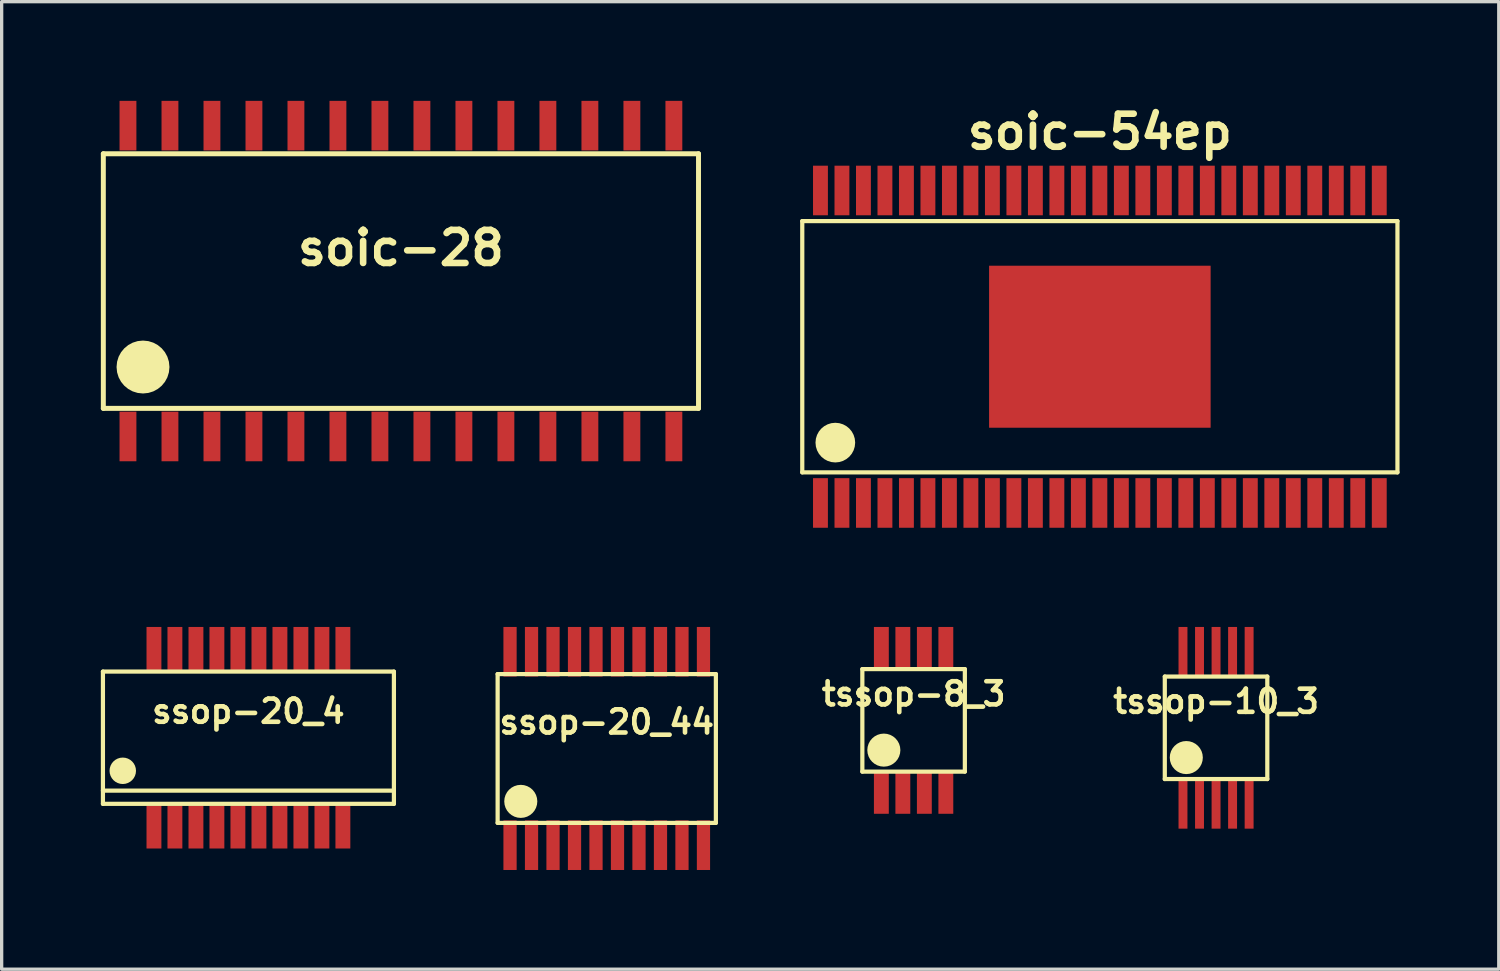
<source format=kicad_pcb>
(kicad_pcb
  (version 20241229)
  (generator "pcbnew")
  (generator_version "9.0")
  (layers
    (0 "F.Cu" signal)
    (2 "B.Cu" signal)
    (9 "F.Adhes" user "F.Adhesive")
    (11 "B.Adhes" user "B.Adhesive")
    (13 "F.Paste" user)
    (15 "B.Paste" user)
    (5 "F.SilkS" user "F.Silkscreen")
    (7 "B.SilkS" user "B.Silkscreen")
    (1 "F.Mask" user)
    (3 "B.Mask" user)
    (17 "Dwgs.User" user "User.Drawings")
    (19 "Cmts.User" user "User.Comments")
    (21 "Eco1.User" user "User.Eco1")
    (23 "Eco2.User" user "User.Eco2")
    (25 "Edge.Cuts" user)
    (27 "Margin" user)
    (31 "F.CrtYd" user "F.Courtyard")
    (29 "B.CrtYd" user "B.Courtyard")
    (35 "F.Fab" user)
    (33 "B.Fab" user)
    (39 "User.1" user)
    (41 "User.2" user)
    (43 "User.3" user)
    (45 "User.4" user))
  (footprint "tssop-10_3"
    (layer "F.Cu")
    (at 33.727 18.961)
    (property "Reference" "tssop-10_3" (at 0 -0.8 0) (layer "F.SilkS") (effects (font (size 0.7 0.7) (thickness 0.14))))
    (attr smd)
    (fp_line (start -1.55 -1.55) (end -1.55 1.55) (stroke (width 0.127) (type solid)) (layer "F.SilkS"))
    (fp_line (start -1.55 1.55) (end 1.55 1.55) (stroke (width 0.127) (type solid)) (layer "F.SilkS"))
    (fp_line (start 1.55 -1.55) (end -1.55 -1.55) (stroke (width 0.127) (type solid)) (layer "F.SilkS"))
    (fp_line (start 1.55 1.55) (end 1.55 -1.55) (stroke (width 0.127) (type solid)) (layer "F.SilkS"))
    (fp_circle (center -0.9 0.9) (end -0.65 0.9) (stroke (width 0.5) (type solid)) (fill no) (layer "F.SilkS"))
    (pad "1" smd rect (at -1 2.3) (size 0.27 1.5) (layers "F.Cu" "F.Mask" "F.Paste"))
    (pad "2" smd rect (at -0.5 2.3) (size 0.27 1.5) (layers "F.Cu" "F.Mask" "F.Paste"))
    (pad "3" smd rect (at 0 2.3) (size 0.27 1.5) (layers "F.Cu" "F.Mask" "F.Paste"))
    (pad "4" smd rect (at 0.5 2.3) (size 0.27 1.5) (layers "F.Cu" "F.Mask" "F.Paste"))
    (pad "5" smd rect (at 1 2.3) (size 0.27 1.5) (layers "F.Cu" "F.Mask" "F.Paste"))
    (pad "6" smd rect (at 1 -2.3) (size 0.27 1.5) (layers "F.Cu" "F.Mask" "F.Paste"))
    (pad "7" smd rect (at 0.5 -2.3) (size 0.27 1.5) (layers "F.Cu" "F.Mask" "F.Paste"))
    (pad "8" smd rect (at 0 -2.3) (size 0.27 1.5) (layers "F.Cu" "F.Mask" "F.Paste"))
    (pad "9" smd rect (at -0.5 -2.3) (size 0.27 1.5) (layers "F.Cu" "F.Mask" "F.Paste"))
    (pad "10" smd rect (at -1 -2.3) (size 0.27 1.5) (layers "F.Cu" "F.Mask" "F.Paste")))
  (footprint "ssop-20_44"
    (layer "F.Cu")
    (at 15.3 19.586)
    (property "Reference" "ssop-20_44" (at 0 -0.8 0) (layer "F.SilkS") (effects (font (size 0.7 0.7) (thickness 0.14))))
    (attr smd)
    (fp_line (start -3.3 -2.25) (end 3.3 -2.25) (stroke (width 0.127) (type solid)) (layer "F.SilkS"))
    (fp_line (start -3.3 2.25) (end -3.3 -2.25) (stroke (width 0.127) (type solid)) (layer "F.SilkS"))
    (fp_line (start 3.3 -2.25) (end 3.3 2.25) (stroke (width 0.127) (type solid)) (layer "F.SilkS"))
    (fp_line (start 3.3 2.25) (end -3.3 2.25) (stroke (width 0.127) (type solid)) (layer "F.SilkS"))
    (fp_circle (center -2.6 1.6) (end -2.35 1.6) (stroke (width 0.5) (type solid)) (fill no) (layer "F.SilkS"))
    (pad "1" smd rect (at -2.925 2.925) (size 0.4 1.5) (layers "F.Cu" "F.Mask" "F.Paste"))
    (pad "2" smd rect (at -2.275 2.925) (size 0.4 1.5) (layers "F.Cu" "F.Mask" "F.Paste"))
    (pad "3" smd rect (at -1.625 2.925) (size 0.4 1.5) (layers "F.Cu" "F.Mask" "F.Paste"))
    (pad "4" smd rect (at -0.975 2.925) (size 0.4 1.5) (layers "F.Cu" "F.Mask" "F.Paste"))
    (pad "5" smd rect (at -0.325 2.925) (size 0.4 1.5) (layers "F.Cu" "F.Mask" "F.Paste"))
    (pad "6" smd rect (at 0.325 2.925) (size 0.4 1.5) (layers "F.Cu" "F.Mask" "F.Paste"))
    (pad "7" smd rect (at 0.975 2.925) (size 0.4 1.5) (layers "F.Cu" "F.Mask" "F.Paste"))
    (pad "8" smd rect (at 1.625 2.925) (size 0.4 1.5) (layers "F.Cu" "F.Mask" "F.Paste"))
    (pad "9" smd rect (at 2.275 2.925) (size 0.4 1.5) (layers "F.Cu" "F.Mask" "F.Paste"))
    (pad "10" smd rect (at 2.925 2.925) (size 0.4 1.5) (layers "F.Cu" "F.Mask" "F.Paste"))
    (pad "11" smd rect (at 2.925 -2.925) (size 0.4 1.5) (layers "F.Cu" "F.Mask" "F.Paste"))
    (pad "12" smd rect (at 2.275 -2.925) (size 0.4 1.5) (layers "F.Cu" "F.Mask" "F.Paste"))
    (pad "13" smd rect (at 1.625 -2.925) (size 0.4 1.5) (layers "F.Cu" "F.Mask" "F.Paste"))
    (pad "14" smd rect (at 0.975 -2.925) (size 0.4 1.5) (layers "F.Cu" "F.Mask" "F.Paste"))
    (pad "15" smd rect (at 0.325 -2.925) (size 0.4 1.5) (layers "F.Cu" "F.Mask" "F.Paste"))
    (pad "16" smd rect (at -0.325 -2.925) (size 0.4 1.5) (layers "F.Cu" "F.Mask" "F.Paste"))
    (pad "17" smd rect (at -0.975 -2.925) (size 0.4 1.5) (layers "F.Cu" "F.Mask" "F.Paste"))
    (pad "18" smd rect (at -1.625 -2.925) (size 0.4 1.5) (layers "F.Cu" "F.Mask" "F.Paste"))
    (pad "19" smd rect (at -2.275 -2.925) (size 0.4 1.5) (layers "F.Cu" "F.Mask" "F.Paste"))
    (pad "20" smd rect (at -2.925 -2.925) (size 0.4 1.5) (layers "F.Cu" "F.Mask" "F.Paste")))
  (footprint "ssop-20_4"
    (layer "F.Cu")
    (at 4.463 19.261)
    (property "Reference" "ssop-20_4" (at 0 -0.8 0) (layer "F.SilkS") (effects (font (size 0.7 0.7) (thickness 0.14))))
    (attr smd)
    (fp_line (start -4.4 -2) (end 4.4 -2) (stroke (width 0.127) (type solid)) (layer "F.SilkS"))
    (fp_line (start -4.4 1.6) (end 4.4 1.6) (stroke (width 0.127) (type solid)) (layer "F.SilkS"))
    (fp_line (start -4.4 2) (end -4.4 -2) (stroke (width 0.127) (type solid)) (layer "F.SilkS"))
    (fp_line (start 4.4 -2) (end 4.4 2) (stroke (width 0.127) (type solid)) (layer "F.SilkS"))
    (fp_line (start 4.4 2) (end -4.4 2) (stroke (width 0.127) (type solid)) (layer "F.SilkS"))
    (fp_circle (center -3.8 1) (end -3.6 1) (stroke (width 0.4) (type solid)) (fill no) (layer "F.SilkS"))
    (pad "1" smd rect (at -2.857 2.7) (size 0.45 1.3) (layers "F.Cu" "F.Mask" "F.Paste"))
    (pad "2" smd rect (at -2.223 2.7) (size 0.45 1.3) (layers "F.Cu" "F.Mask" "F.Paste"))
    (pad "3" smd rect (at -1.587 2.7) (size 0.45 1.3) (layers "F.Cu" "F.Mask" "F.Paste"))
    (pad "4" smd rect (at -0.953 2.7) (size 0.45 1.3) (layers "F.Cu" "F.Mask" "F.Paste"))
    (pad "5" smd rect (at -0.318 2.7) (size 0.45 1.3) (layers "F.Cu" "F.Mask" "F.Paste"))
    (pad "6" smd rect (at 0.318 2.7) (size 0.45 1.3) (layers "F.Cu" "F.Mask" "F.Paste"))
    (pad "7" smd rect (at 0.953 2.7) (size 0.45 1.3) (layers "F.Cu" "F.Mask" "F.Paste"))
    (pad "8" smd rect (at 1.587 2.7) (size 0.45 1.3) (layers "F.Cu" "F.Mask" "F.Paste"))
    (pad "9" smd rect (at 2.223 2.7) (size 0.45 1.3) (layers "F.Cu" "F.Mask" "F.Paste"))
    (pad "10" smd rect (at 2.857 2.7) (size 0.45 1.3) (layers "F.Cu" "F.Mask" "F.Paste"))
    (pad "11" smd rect (at 2.857 -2.7) (size 0.45 1.3) (layers "F.Cu" "F.Mask" "F.Paste"))
    (pad "12" smd rect (at 2.223 -2.7) (size 0.45 1.3) (layers "F.Cu" "F.Mask" "F.Paste"))
    (pad "13" smd rect (at 1.587 -2.7) (size 0.45 1.3) (layers "F.Cu" "F.Mask" "F.Paste"))
    (pad "14" smd rect (at 0.953 -2.7) (size 0.45 1.3) (layers "F.Cu" "F.Mask" "F.Paste"))
    (pad "15" smd rect (at 0.318 -2.7) (size 0.45 1.3) (layers "F.Cu" "F.Mask" "F.Paste"))
    (pad "16" smd rect (at -0.318 -2.7) (size 0.45 1.3) (layers "F.Cu" "F.Mask" "F.Paste"))
    (pad "17" smd rect (at -0.953 -2.7) (size 0.45 1.3) (layers "F.Cu" "F.Mask" "F.Paste"))
    (pad "18" smd rect (at -1.587 -2.7) (size 0.45 1.3) (layers "F.Cu" "F.Mask" "F.Paste"))
    (pad "19" smd rect (at -2.223 -2.7) (size 0.45 1.3) (layers "F.Cu" "F.Mask" "F.Paste"))
    (pad "20" smd rect (at -2.857 -2.7) (size 0.45 1.3) (layers "F.Cu" "F.Mask" "F.Paste")))
  (footprint "tssop-8_3"
    (layer "F.Cu")
    (at 24.58 18.736)
    (property "Reference" "tssop-8_3" (at 0 -0.8 0) (layer "F.SilkS") (effects (font (size 0.7 0.7) (thickness 0.14))))
    (attr smd)
    (fp_line (start -1.55 -1.55) (end -1.55 1.55) (stroke (width 0.127) (type solid)) (layer "F.SilkS"))
    (fp_line (start -1.55 1.55) (end 1.55 1.55) (stroke (width 0.127) (type solid)) (layer "F.SilkS"))
    (fp_line (start 1.55 -1.55) (end -1.55 -1.55) (stroke (width 0.127) (type solid)) (layer "F.SilkS"))
    (fp_line (start 1.55 1.55) (end 1.55 -1.55) (stroke (width 0.127) (type solid)) (layer "F.SilkS"))
    (fp_circle (center -0.9 0.9) (end -0.65 0.9) (stroke (width 0.5) (type solid)) (fill no) (layer "F.SilkS"))
    (pad "1" smd rect (at -0.975 2.175) (size 0.45 1.3) (layers "F.Cu" "F.Mask" "F.Paste"))
    (pad "2" smd rect (at -0.325 2.175) (size 0.45 1.3) (layers "F.Cu" "F.Mask" "F.Paste"))
    (pad "3" smd rect (at 0.325 2.175) (size 0.45 1.3) (layers "F.Cu" "F.Mask" "F.Paste"))
    (pad "4" smd rect (at 0.975 2.175) (size 0.45 1.3) (layers "F.Cu" "F.Mask" "F.Paste"))
    (pad "5" smd rect (at 0.975 -2.175) (size 0.45 1.3) (layers "F.Cu" "F.Mask" "F.Paste"))
    (pad "6" smd rect (at 0.325 -2.175) (size 0.45 1.3) (layers "F.Cu" "F.Mask" "F.Paste"))
    (pad "7" smd rect (at -0.325 -2.175) (size 0.45 1.3) (layers "F.Cu" "F.Mask" "F.Paste"))
    (pad "8" smd rect (at -0.975 -2.175) (size 0.45 1.3) (layers "F.Cu" "F.Mask" "F.Paste")))
  (footprint "soic-54ep"
    (layer "F.Cu")
    (at 30.213 7.436)
    (property "Reference" "soic-54ep" (at 0 -6.5 0) (layer "F.SilkS") (effects (font (size 1 1) (thickness 0.2))))
    (attr smd)
    (fp_line (start -9 -3.8) (end -9 3.8) (stroke (width 0.127) (type solid)) (layer "F.SilkS"))
    (fp_line (start -9 3.8) (end 9 3.8) (stroke (width 0.127) (type solid)) (layer "F.SilkS"))
    (fp_line (start 9 -3.8) (end -9 -3.8) (stroke (width 0.127) (type solid)) (layer "F.SilkS"))
    (fp_line (start 9 3.8) (end 9 -3.8) (stroke (width 0.127) (type solid)) (layer "F.SilkS"))
    (fp_circle (center -8 2.9) (end -7.7 2.9) (stroke (width 0.6) (type solid)) (fill no) (layer "F.SilkS"))
    (pad "" smd rect (at -2.2 -1.6) (size 2.1 1.5) (layers "F.Paste"))
    (pad "" smd rect (at -2.2 0) (size 2.1 1.5) (layers "F.Paste"))
    (pad "" smd rect (at -2.2 1.6) (size 2.1 1.5) (layers "F.Paste"))
    (pad "" smd rect (at 0 -1.6) (size 2.1 1.5) (layers "F.Paste"))
    (pad "" smd rect (at 0 0) (size 2.1 1.5) (layers "F.Paste"))
    (pad "" smd rect (at 0 1.6) (size 2.1 1.5) (layers "F.Paste"))
    (pad "" smd rect (at 2.2 -1.6) (size 2.1 1.5) (layers "F.Paste"))
    (pad "" smd rect (at 2.2 0) (size 2.1 1.5) (layers "F.Paste"))
    (pad "" smd rect (at 2.2 1.6) (size 2.1 1.5) (layers "F.Paste"))
    (pad "1" smd rect (at -8.45 4.725) (size 0.45 1.5) (layers "F.Cu" "F.Mask" "F.Paste"))
    (pad "2" smd rect (at -7.8 4.725) (size 0.45 1.5) (layers "F.Cu" "F.Mask" "F.Paste"))
    (pad "3" smd rect (at -7.15 4.725) (size 0.45 1.5) (layers "F.Cu" "F.Mask" "F.Paste"))
    (pad "4" smd rect (at -6.5 4.725) (size 0.45 1.5) (layers "F.Cu" "F.Mask" "F.Paste"))
    (pad "5" smd rect (at -5.85 4.725) (size 0.45 1.5) (layers "F.Cu" "F.Mask" "F.Paste"))
    (pad "6" smd rect (at -5.2 4.725) (size 0.45 1.5) (layers "F.Cu" "F.Mask" "F.Paste"))
    (pad "7" smd rect (at -4.55 4.725) (size 0.45 1.5) (layers "F.Cu" "F.Mask" "F.Paste"))
    (pad "8" smd rect (at -3.9 4.725) (size 0.45 1.5) (layers "F.Cu" "F.Mask" "F.Paste"))
    (pad "9" smd rect (at -3.25 4.725) (size 0.45 1.5) (layers "F.Cu" "F.Mask" "F.Paste"))
    (pad "10" smd rect (at -2.6 4.725) (size 0.45 1.5) (layers "F.Cu" "F.Mask" "F.Paste"))
    (pad "11" smd rect (at -1.95 4.725) (size 0.45 1.5) (layers "F.Cu" "F.Mask" "F.Paste"))
    (pad "12" smd rect (at -1.3 4.725) (size 0.45 1.5) (layers "F.Cu" "F.Mask" "F.Paste"))
    (pad "13" smd rect (at -0.65 4.725) (size 0.45 1.5) (layers "F.Cu" "F.Mask" "F.Paste"))
    (pad "14" smd rect (at 0 4.725) (size 0.45 1.5) (layers "F.Cu" "F.Mask" "F.Paste"))
    (pad "15" smd rect (at 0.65 4.725) (size 0.45 1.5) (layers "F.Cu" "F.Mask" "F.Paste"))
    (pad "16" smd rect (at 1.3 4.725) (size 0.45 1.5) (layers "F.Cu" "F.Mask" "F.Paste"))
    (pad "17" smd rect (at 1.95 4.725) (size 0.45 1.5) (layers "F.Cu" "F.Mask" "F.Paste"))
    (pad "18" smd rect (at 2.6 4.725) (size 0.45 1.5) (layers "F.Cu" "F.Mask" "F.Paste"))
    (pad "19" smd rect (at 3.25 4.725) (size 0.45 1.5) (layers "F.Cu" "F.Mask" "F.Paste"))
    (pad "20" smd rect (at 3.9 4.725) (size 0.45 1.5) (layers "F.Cu" "F.Mask" "F.Paste"))
    (pad "21" smd rect (at 4.55 4.725) (size 0.45 1.5) (layers "F.Cu" "F.Mask" "F.Paste"))
    (pad "22" smd rect (at 5.2 4.725) (size 0.45 1.5) (layers "F.Cu" "F.Mask" "F.Paste"))
    (pad "23" smd rect (at 5.85 4.725) (size 0.45 1.5) (layers "F.Cu" "F.Mask" "F.Paste"))
    (pad "24" smd rect (at 6.5 4.725) (size 0.45 1.5) (layers "F.Cu" "F.Mask" "F.Paste"))
    (pad "25" smd rect (at 7.15 4.725) (size 0.45 1.5) (layers "F.Cu" "F.Mask" "F.Paste"))
    (pad "26" smd rect (at 7.8 4.725) (size 0.45 1.5) (layers "F.Cu" "F.Mask" "F.Paste"))
    (pad "27" smd rect (at 8.45 4.725) (size 0.45 1.5) (layers "F.Cu" "F.Mask" "F.Paste"))
    (pad "28" smd rect (at 8.45 -4.725) (size 0.45 1.5) (layers "F.Cu" "F.Mask" "F.Paste"))
    (pad "29" smd rect (at 7.8 -4.725) (size 0.45 1.5) (layers "F.Cu" "F.Mask" "F.Paste"))
    (pad "30" smd rect (at 7.15 -4.725) (size 0.45 1.5) (layers "F.Cu" "F.Mask" "F.Paste"))
    (pad "31" smd rect (at 6.5 -4.725) (size 0.45 1.5) (layers "F.Cu" "F.Mask" "F.Paste"))
    (pad "32" smd rect (at 5.85 -4.725) (size 0.45 1.5) (layers "F.Cu" "F.Mask" "F.Paste"))
    (pad "33" smd rect (at 5.2 -4.725) (size 0.45 1.5) (layers "F.Cu" "F.Mask" "F.Paste"))
    (pad "34" smd rect (at 4.55 -4.725) (size 0.45 1.5) (layers "F.Cu" "F.Mask" "F.Paste"))
    (pad "35" smd rect (at 3.9 -4.725) (size 0.45 1.5) (layers "F.Cu" "F.Mask" "F.Paste"))
    (pad "36" smd rect (at 3.25 -4.725) (size 0.45 1.5) (layers "F.Cu" "F.Mask" "F.Paste"))
    (pad "37" smd rect (at 2.6 -4.725) (size 0.45 1.5) (layers "F.Cu" "F.Mask" "F.Paste"))
    (pad "38" smd rect (at 1.95 -4.725) (size 0.45 1.5) (layers "F.Cu" "F.Mask" "F.Paste"))
    (pad "39" smd rect (at 1.3 -4.725) (size 0.45 1.5) (layers "F.Cu" "F.Mask" "F.Paste"))
    (pad "40" smd rect (at 0.65 -4.725) (size 0.45 1.5) (layers "F.Cu" "F.Mask" "F.Paste"))
    (pad "41" smd rect (at 0 -4.725) (size 0.45 1.5) (layers "F.Cu" "F.Mask" "F.Paste"))
    (pad "42" smd rect (at -0.65 -4.725) (size 0.45 1.5) (layers "F.Cu" "F.Mask" "F.Paste"))
    (pad "43" smd rect (at -1.3 -4.725) (size 0.45 1.5) (layers "F.Cu" "F.Mask" "F.Paste"))
    (pad "44" smd rect (at -1.95 -4.725) (size 0.45 1.5) (layers "F.Cu" "F.Mask" "F.Paste"))
    (pad "45" smd rect (at -2.6 -4.725) (size 0.45 1.5) (layers "F.Cu" "F.Mask" "F.Paste"))
    (pad "46" smd rect (at -3.25 -4.725) (size 0.45 1.5) (layers "F.Cu" "F.Mask" "F.Paste"))
    (pad "47" smd rect (at -3.9 -4.725) (size 0.45 1.5) (layers "F.Cu" "F.Mask" "F.Paste"))
    (pad "48" smd rect (at -4.55 -4.725) (size 0.45 1.5) (layers "F.Cu" "F.Mask" "F.Paste"))
    (pad "49" smd rect (at -5.2 -4.725) (size 0.45 1.5) (layers "F.Cu" "F.Mask" "F.Paste"))
    (pad "50" smd rect (at -5.85 -4.725) (size 0.45 1.5) (layers "F.Cu" "F.Mask" "F.Paste"))
    (pad "51" smd rect (at -6.5 -4.725) (size 0.45 1.5) (layers "F.Cu" "F.Mask" "F.Paste"))
    (pad "52" smd rect (at -7.15 -4.725) (size 0.45 1.5) (layers "F.Cu" "F.Mask" "F.Paste"))
    (pad "53" smd rect (at -7.8 -4.725) (size 0.45 1.5) (layers "F.Cu" "F.Mask" "F.Paste"))
    (pad "54" smd rect (at -8.45 -4.725) (size 0.45 1.5) (layers "F.Cu" "F.Mask" "F.Paste"))
    (pad "55" smd rect (at 0 0) (size 6.7 4.9) (layers "F.Cu" "F.Mask")))
  (footprint "soic-28"
    (layer "F.Cu")
    (at 9.075 5.45)
    (property "Reference" "soic-28" (at 0 -1 0) (layer "F.SilkS") (effects (font (size 1 1) (thickness 0.2))))
    (attr smd)
    (fp_line (start -9 -3.85) (end -9 3.85) (stroke (width 0.15) (type solid)) (layer "F.SilkS"))
    (fp_line (start -9 3.85) (end 9 3.85) (stroke (width 0.15) (type solid)) (layer "F.SilkS"))
    (fp_line (start 9 -3.85) (end -9 -3.85) (stroke (width 0.15) (type solid)) (layer "F.SilkS"))
    (fp_line (start 9 3.85) (end 9 -3.85) (stroke (width 0.15) (type solid)) (layer "F.SilkS"))
    (fp_circle (center -7.8 2.6) (end -7.4 2.6) (stroke (width 0.8) (type solid)) (fill no) (layer "F.SilkS"))
    (pad "1" smd rect (at -8.255 4.7) (size 0.51 1.5) (layers "F.Cu" "F.Mask" "F.Paste"))
    (pad "2" smd rect (at -6.985 4.7) (size 0.51 1.5) (layers "F.Cu" "F.Mask" "F.Paste"))
    (pad "3" smd rect (at -5.715 4.7) (size 0.51 1.5) (layers "F.Cu" "F.Mask" "F.Paste"))
    (pad "4" smd rect (at -4.445 4.7) (size 0.51 1.5) (layers "F.Cu" "F.Mask" "F.Paste"))
    (pad "5" smd rect (at -3.175 4.7) (size 0.51 1.5) (layers "F.Cu" "F.Mask" "F.Paste"))
    (pad "6" smd rect (at -1.905 4.7) (size 0.51 1.5) (layers "F.Cu" "F.Mask" "F.Paste"))
    (pad "7" smd rect (at -0.635 4.7) (size 0.51 1.5) (layers "F.Cu" "F.Mask" "F.Paste"))
    (pad "8" smd rect (at 0.635 4.7) (size 0.51 1.5) (layers "F.Cu" "F.Mask" "F.Paste"))
    (pad "9" smd rect (at 1.905 4.7) (size 0.51 1.5) (layers "F.Cu" "F.Mask" "F.Paste"))
    (pad "10" smd rect (at 3.175 4.7) (size 0.51 1.5) (layers "F.Cu" "F.Mask" "F.Paste"))
    (pad "11" smd rect (at 4.445 4.7) (size 0.51 1.5) (layers "F.Cu" "F.Mask" "F.Paste"))
    (pad "12" smd rect (at 5.715 4.7) (size 0.51 1.5) (layers "F.Cu" "F.Mask" "F.Paste"))
    (pad "13" smd rect (at 6.985 4.7) (size 0.51 1.5) (layers "F.Cu" "F.Mask" "F.Paste"))
    (pad "14" smd rect (at 8.255 4.7) (size 0.51 1.5) (layers "F.Cu" "F.Mask" "F.Paste"))
    (pad "15" smd rect (at 8.255 -4.7) (size 0.51 1.5) (layers "F.Cu" "F.Mask" "F.Paste"))
    (pad "16" smd rect (at 6.985 -4.7) (size 0.51 1.5) (layers "F.Cu" "F.Mask" "F.Paste"))
    (pad "17" smd rect (at 5.715 -4.7) (size 0.51 1.5) (layers "F.Cu" "F.Mask" "F.Paste"))
    (pad "18" smd rect (at 4.445 -4.7) (size 0.51 1.5) (layers "F.Cu" "F.Mask" "F.Paste"))
    (pad "19" smd rect (at 3.175 -4.7) (size 0.51 1.5) (layers "F.Cu" "F.Mask" "F.Paste"))
    (pad "20" smd rect (at 1.905 -4.7) (size 0.51 1.5) (layers "F.Cu" "F.Mask" "F.Paste"))
    (pad "21" smd rect (at 0.635 -4.7) (size 0.51 1.5) (layers "F.Cu" "F.Mask" "F.Paste"))
    (pad "22" smd rect (at -0.635 -4.7) (size 0.51 1.5) (layers "F.Cu" "F.Mask" "F.Paste"))
    (pad "23" smd rect (at -1.905 -4.7) (size 0.51 1.5) (layers "F.Cu" "F.Mask" "F.Paste"))
    (pad "24" smd rect (at -3.175 -4.7) (size 0.51 1.5) (layers "F.Cu" "F.Mask" "F.Paste"))
    (pad "25" smd rect (at -4.445 -4.7) (size 0.51 1.5) (layers "F.Cu" "F.Mask" "F.Paste"))
    (pad "26" smd rect (at -5.715 -4.7) (size 0.51 1.5) (layers "F.Cu" "F.Mask" "F.Paste"))
    (pad "27" smd rect (at -6.985 -4.7) (size 0.51 1.5) (layers "F.Cu" "F.Mask" "F.Paste"))
    (pad "28" smd rect (at -8.255 -4.7) (size 0.51 1.5) (layers "F.Cu" "F.Mask" "F.Paste")))
  (gr_rect
    (start -3 -3)
    (end 42.277 26.261)
    (stroke (width 0.1) (type default))
    (fill no)
    (layer "Edge.Cuts")))
</source>
